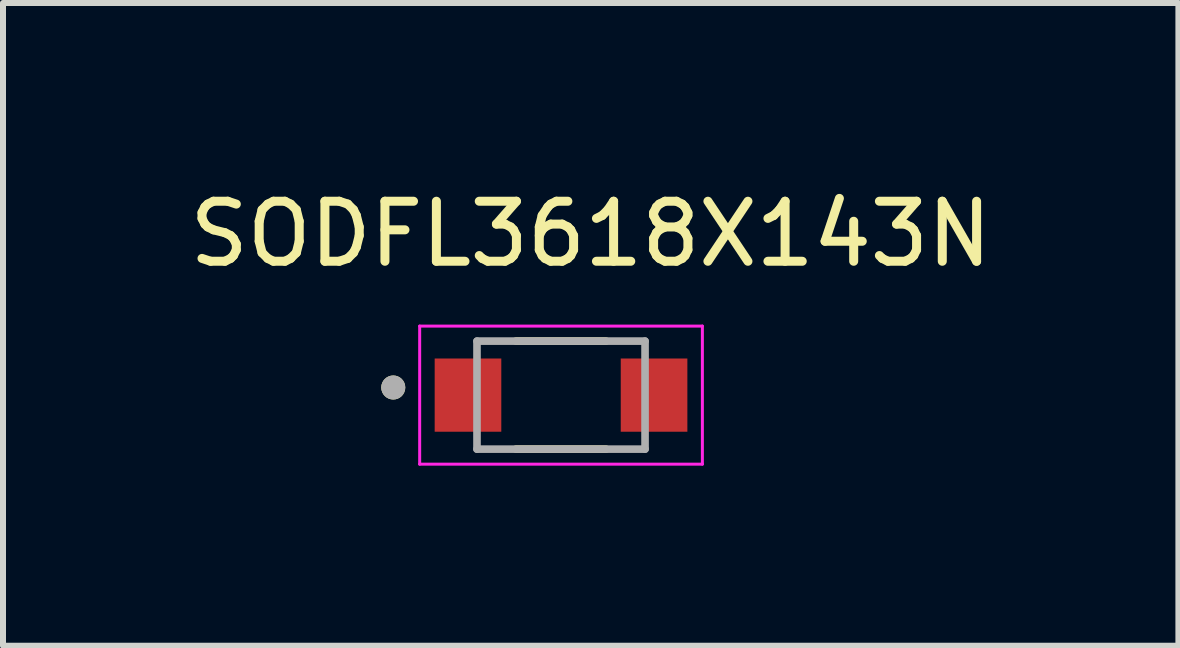
<source format=kicad_pcb>
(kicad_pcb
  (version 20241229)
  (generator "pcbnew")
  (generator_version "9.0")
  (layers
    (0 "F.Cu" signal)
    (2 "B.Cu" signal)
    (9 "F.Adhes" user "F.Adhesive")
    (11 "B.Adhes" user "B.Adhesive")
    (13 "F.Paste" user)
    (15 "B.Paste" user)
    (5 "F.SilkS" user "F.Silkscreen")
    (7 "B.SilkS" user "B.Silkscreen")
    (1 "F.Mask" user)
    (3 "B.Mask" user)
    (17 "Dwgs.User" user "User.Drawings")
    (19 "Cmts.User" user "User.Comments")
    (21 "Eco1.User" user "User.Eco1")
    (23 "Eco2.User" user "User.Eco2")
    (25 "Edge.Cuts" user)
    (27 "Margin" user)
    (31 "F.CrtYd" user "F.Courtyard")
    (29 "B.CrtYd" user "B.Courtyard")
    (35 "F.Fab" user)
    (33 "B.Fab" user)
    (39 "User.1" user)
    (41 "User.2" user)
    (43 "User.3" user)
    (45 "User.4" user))
  (footprint "SODFL3618X143N"
    (layer "F.Cu")
    (at 6.297 3.533)
    (property "Reference" "SODFL3618X143N" (at 0.495 -2.685 0) (layer "F.SilkS") (effects (font (size 1 1) (thickness 0.15))))
    (attr smd)
    (fp_line (start -0.75 -0.9) (end 0.75 -0.9) (stroke (width 0.127) (type solid)) (layer "F.SilkS"))
    (fp_line (start -0.75 0.9) (end 0.75 0.9) (stroke (width 0.127) (type solid)) (layer "F.SilkS"))
    (fp_circle (center -2.795 -0.127) (end -2.695 -0.127) (stroke (width 0.2) (type solid)) (fill no) (layer "F.SilkS"))
    (fp_line (start -2.355 -1.15) (end -2.355 1.15) (stroke (width 0.05) (type solid)) (layer "F.CrtYd"))
    (fp_line (start -2.355 1.15) (end 2.355 1.15) (stroke (width 0.05) (type solid)) (layer "F.CrtYd"))
    (fp_line (start 2.355 -1.15) (end -2.355 -1.15) (stroke (width 0.05) (type solid)) (layer "F.CrtYd"))
    (fp_line (start 2.355 1.15) (end 2.355 -1.15) (stroke (width 0.05) (type solid)) (layer "F.CrtYd"))
    (fp_line (start -1.4 -0.9) (end 1.4 -0.9) (stroke (width 0.127) (type solid)) (layer "F.Fab"))
    (fp_line (start -1.4 0.9) (end -1.4 -0.9) (stroke (width 0.127) (type solid)) (layer "F.Fab"))
    (fp_line (start 1.4 -0.9) (end 1.4 0.9) (stroke (width 0.127) (type solid)) (layer "F.Fab"))
    (fp_line (start 1.4 0.9) (end -1.4 0.9) (stroke (width 0.127) (type solid)) (layer "F.Fab"))
    (fp_circle (center -2.795 -0.127) (end -2.695 -0.127) (stroke (width 0.2) (type solid)) (fill no) (layer "F.Fab"))
    (pad "1" smd rect (at -1.55 0) (size 1.11 1.22) (layers "F.Cu" "F.Mask" "F.Paste"))
    (pad "2" smd rect (at 1.55 0) (size 1.11 1.22) (layers "F.Cu" "F.Mask" "F.Paste")))
  (gr_rect
    (start -3 -3)
    (end 16.583 7.708)
    (stroke (width 0.1) (type default))
    (fill no)
    (layer "Edge.Cuts")))
</source>
